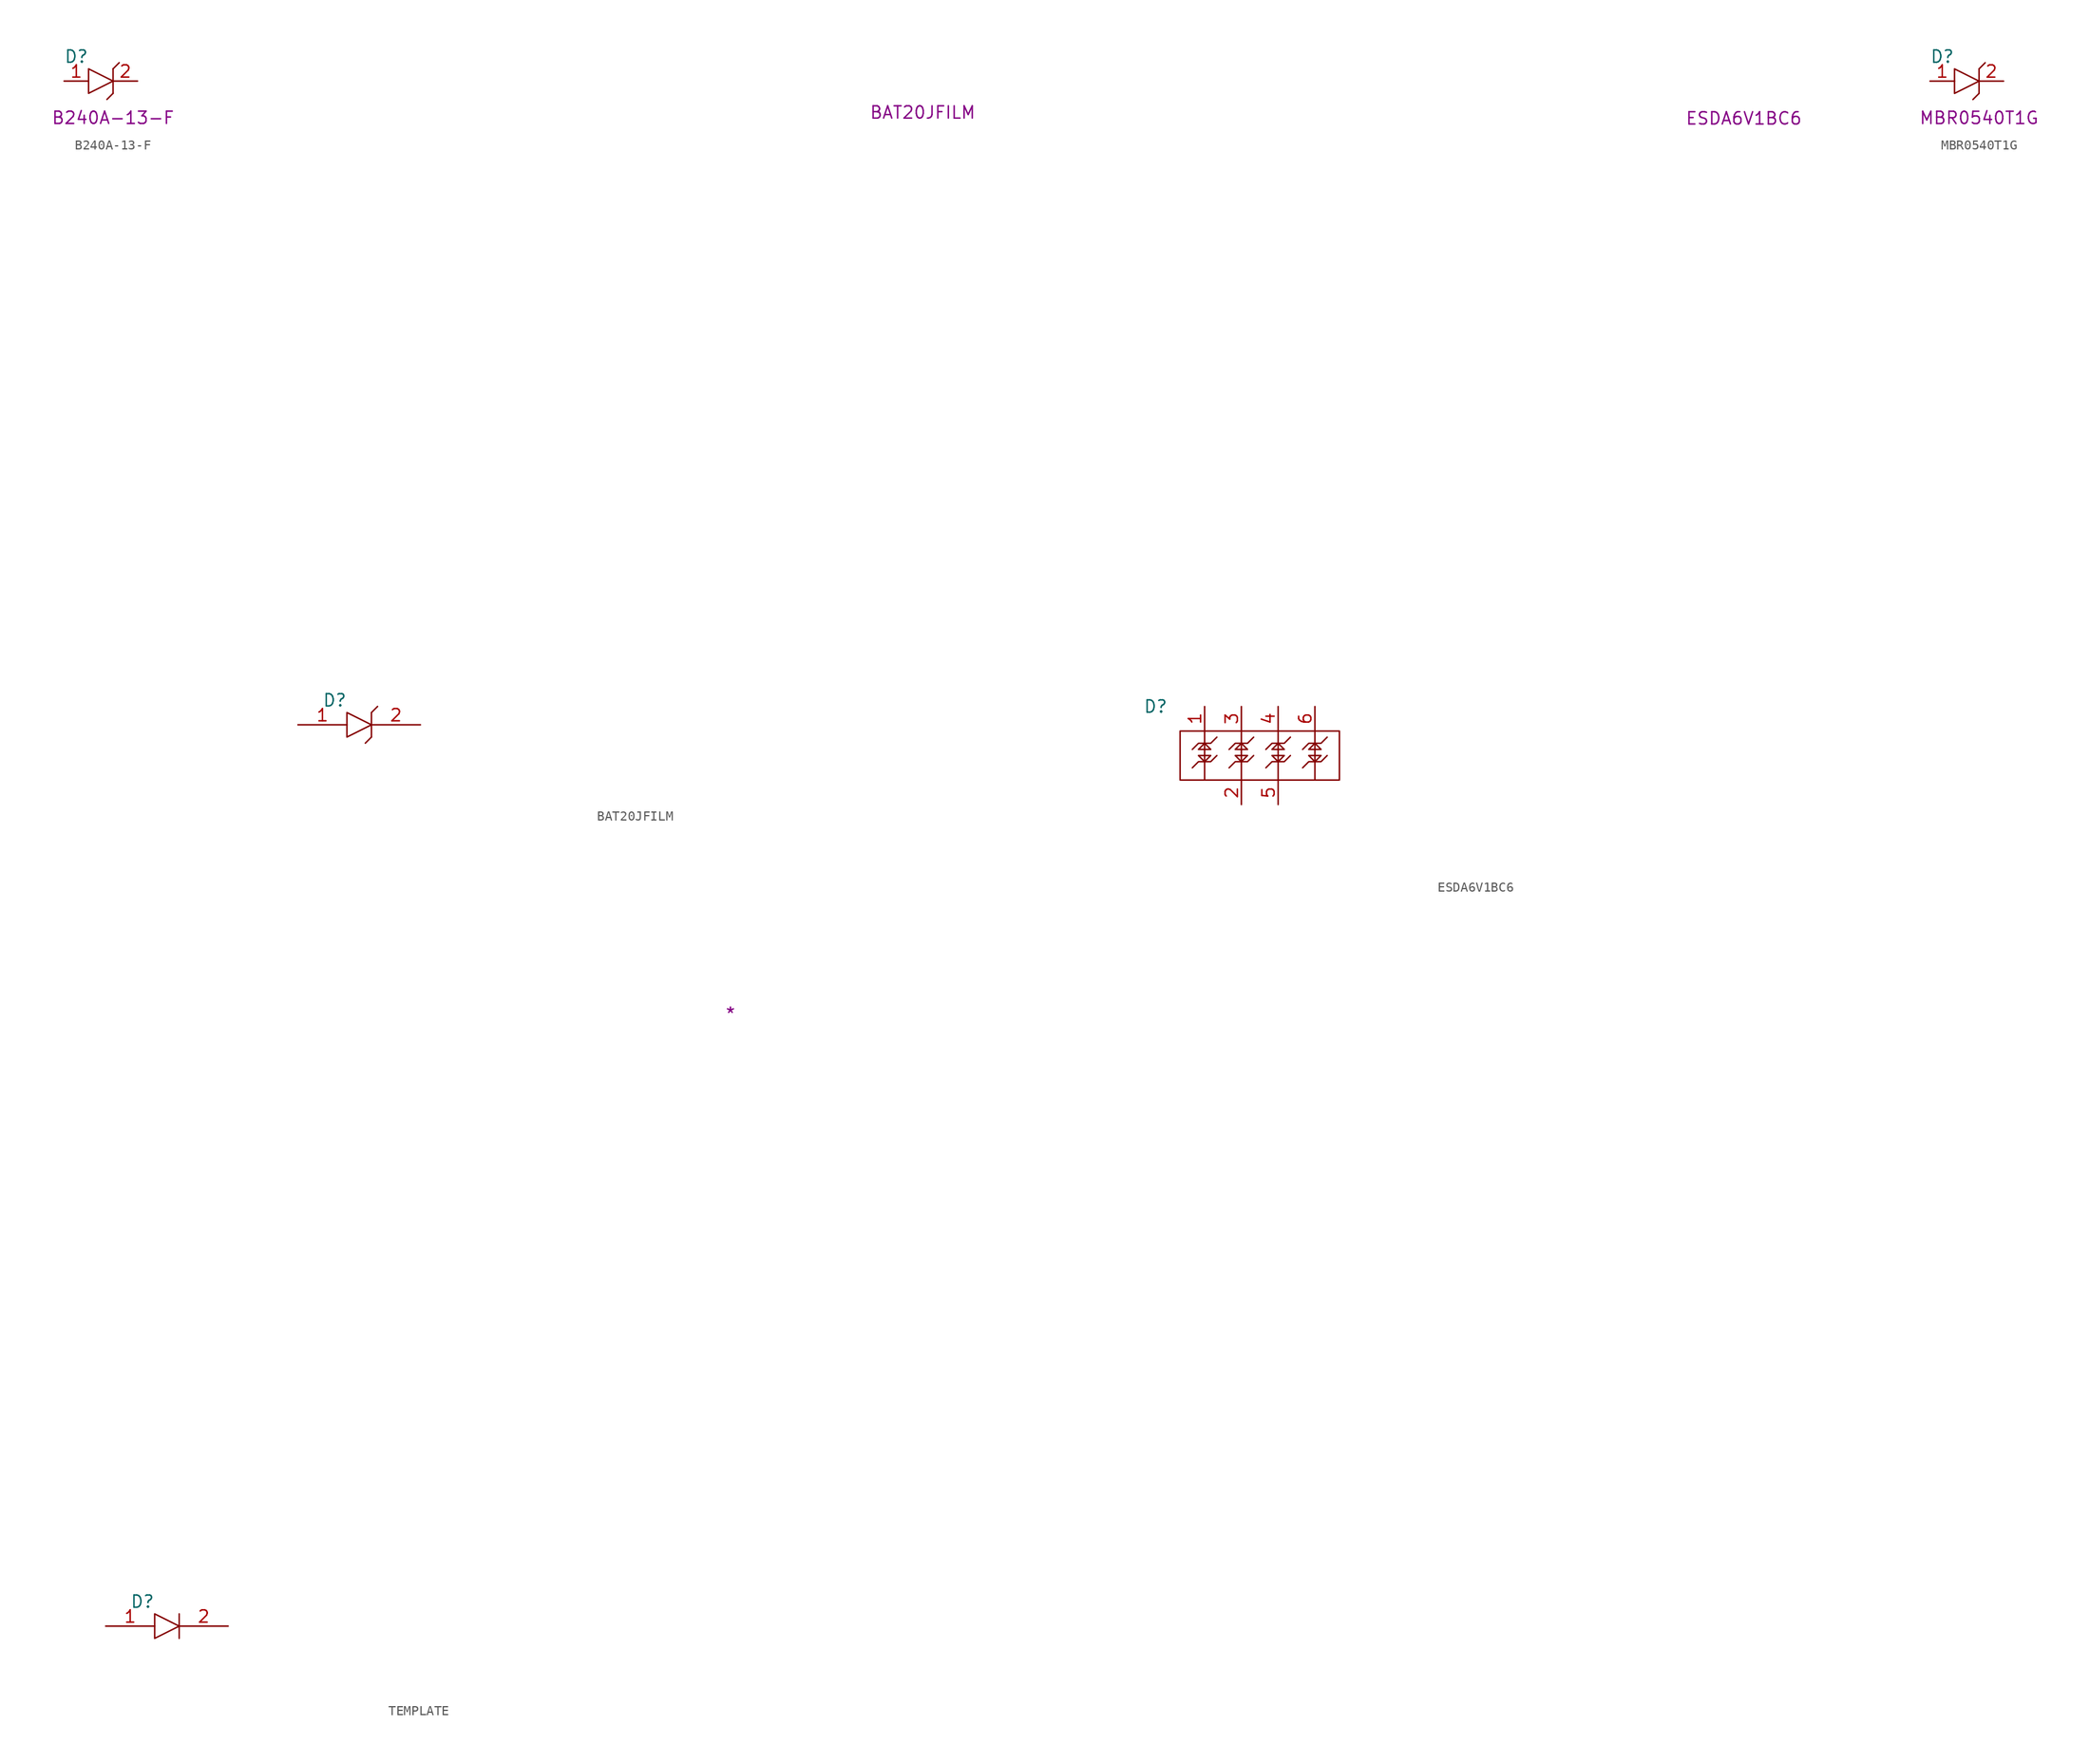
<source format=kicad_sym>
(kicad_symbol_lib
  (version 20211014)
  (generator kicad_symbol_editor)
  (symbol "B240A-13-F"
    (pin_names
      (offset 1.016))
    (property "Reference" "D"
      (at -2.54 2.54 0)
      (effects (font (size 1.27 1.27))))
    (property "_Value_" "B240A-13-F"
      (at 1.27 -3.81 0)
      (effects (font (size 1.27 1.27))))
    (symbol "B240A-13-F_0_1"
      (polyline (pts (xy 1.27 -1.27) (xy 0.635 -1.905)) (stroke (width 0) (type default) (color 0 0 0 0)) (fill (type none)))
      (polyline (pts (xy 1.27 1.27) (xy 1.27 -1.27)) (stroke (width 0) (type default) (color 0 0 0 0)) (fill (type none)))
      (polyline (pts (xy 1.27 1.27) (xy 1.905 1.905)) (stroke (width 0) (type default) (color 0 0 0 0)) (fill (type none)))
      (polyline (pts (xy -1.27 1.27) (xy -1.27 -1.27) (xy 1.27 0) (xy -1.27 1.27)) (stroke (width 0) (type default) (color 0 0 0 0)) (fill (type none))))
    (symbol "B240A-13-F_1_1"
      (pin passive line (at -3.81 0 0) (length 2.54) (name "~" (effects (font (size 1.27 1.27)))) (number "1" (effects (font (size 1.27 1.27)))))
      (pin passive line (at 3.81 0 180) (length 2.54) (name "~" (effects (font (size 1.27 1.27)))) (number "2" (effects (font (size 1.27 1.27)))))))
  (symbol "BAT20JFILM"
    (pin_names
      (offset 1.016))
    (property "Reference" "D"
      (at -2.54 2.54 0)
      (effects (font (size 1.27 1.27))))
    (property "_Value_" "BAT20JFILM"
      (at 58.42 63.5 0)
      (effects (font (size 1.27 1.27))))
    (symbol "BAT20JFILM_0_1"
      (polyline (pts (xy 1.27 -1.27) (xy 0.635 -1.905)) (stroke (width 0) (type default) (color 0 0 0 0)) (fill (type none)))
      (polyline (pts (xy 1.27 1.27) (xy 1.27 -1.27)) (stroke (width 0) (type default) (color 0 0 0 0)) (fill (type none)))
      (polyline (pts (xy 1.27 1.27) (xy 1.905 1.905)) (stroke (width 0) (type default) (color 0 0 0 0)) (fill (type none)))
      (polyline (pts (xy -1.27 1.27) (xy -1.27 -1.27) (xy 1.27 0) (xy -1.27 1.27)) (stroke (width 0) (type default) (color 0 0 0 0)) (fill (type none))))
    (symbol "BAT20JFILM_1_1"
      (pin passive line (at -6.35 0 0) (length 5.08) (name "~" (effects (font (size 1.27 1.27)))) (number "1" (effects (font (size 1.27 1.27)))))
      (pin passive line (at 6.35 0 180) (length 5.08) (name "~" (effects (font (size 1.27 1.27)))) (number "2" (effects (font (size 1.27 1.27)))))))
  (symbol "ESDA6V1BC6"
    (pin_names
      (offset 1.016))
    (property "Reference" "D"
      (at -2.54 2.54 0)
      (effects (font (size 1.27 1.27))))
    (property "_Value_" "ESDA6V1BC6"
      (at 58.42 63.5 0)
      (effects (font (size 1.27 1.27))))
    (symbol "ESDA6V1BC6_1_1"
      (polyline (pts (xy 2.54 -1.27) (xy 2.54 0)) (stroke (width 0) (type default) (color 0 0 0 0)) (fill (type none)))
      (polyline (pts (xy 6.35 -1.27) (xy 6.35 0)) (stroke (width 0) (type default) (color 0 0 0 0)) (fill (type none)))
      (polyline (pts (xy 10.16 -1.27) (xy 10.16 0)) (stroke (width 0) (type default) (color 0 0 0 0)) (fill (type none)))
      (polyline (pts (xy 13.97 -1.27) (xy 13.97 0)) (stroke (width 0) (type default) (color 0 0 0 0)) (fill (type none)))
      (polyline (pts (xy 2.54 -3.175) (xy 1.905 -3.175) (xy 1.27 -3.81)) (stroke (width 0) (type default) (color 0 0 0 0)) (fill (type none)))
      (polyline (pts (xy 2.54 -1.27) (xy 1.905 -1.27) (xy 1.27 -1.905)) (stroke (width 0) (type default) (color 0 0 0 0)) (fill (type none)))
      (polyline (pts (xy 6.35 -3.175) (xy 5.715 -3.175) (xy 5.08 -3.81)) (stroke (width 0) (type default) (color 0 0 0 0)) (fill (type none)))
      (polyline (pts (xy 6.35 -1.27) (xy 5.715 -1.27) (xy 5.08 -1.905)) (stroke (width 0) (type default) (color 0 0 0 0)) (fill (type none)))
      (polyline (pts (xy 10.16 -3.175) (xy 9.525 -3.175) (xy 8.89 -3.81)) (stroke (width 0) (type default) (color 0 0 0 0)) (fill (type none)))
      (polyline (pts (xy 10.16 -1.27) (xy 9.525 -1.27) (xy 8.89 -1.905)) (stroke (width 0) (type default) (color 0 0 0 0)) (fill (type none)))
      (polyline (pts (xy 13.97 -3.175) (xy 13.335 -3.175) (xy 12.7 -3.81)) (stroke (width 0) (type default) (color 0 0 0 0)) (fill (type none)))
      (polyline (pts (xy 13.97 -1.27) (xy 13.335 -1.27) (xy 12.7 -1.905)) (stroke (width 0) (type default) (color 0 0 0 0)) (fill (type none)))
      (polyline (pts (xy 2.54 -3.175) (xy 2.54 -1.27) (xy 3.175 -1.27) (xy 3.81 -0.635)) (stroke (width 0) (type default) (color 0 0 0 0)) (fill (type none)))
      (polyline (pts (xy 2.54 -1.27) (xy 1.905 -1.905) (xy 3.175 -1.905) (xy 2.54 -1.27)) (stroke (width 0) (type default) (color 0 0 0 0)) (fill (type none)))
      (polyline (pts (xy 6.35 -3.175) (xy 6.35 -1.27) (xy 6.985 -1.27) (xy 7.62 -0.635)) (stroke (width 0) (type default) (color 0 0 0 0)) (fill (type none)))
      (polyline (pts (xy 6.35 -1.27) (xy 5.715 -1.905) (xy 6.985 -1.905) (xy 6.35 -1.27)) (stroke (width 0) (type default) (color 0 0 0 0)) (fill (type none)))
      (polyline (pts (xy 10.16 -3.175) (xy 10.16 -1.27) (xy 10.795 -1.27) (xy 11.43 -0.635)) (stroke (width 0) (type default) (color 0 0 0 0)) (fill (type none)))
      (polyline (pts (xy 10.16 -1.27) (xy 9.525 -1.905) (xy 10.795 -1.905) (xy 10.16 -1.27)) (stroke (width 0) (type default) (color 0 0 0 0)) (fill (type none)))
      (polyline (pts (xy 13.97 -3.175) (xy 13.97 -1.27) (xy 14.605 -1.27) (xy 15.24 -0.635)) (stroke (width 0) (type default) (color 0 0 0 0)) (fill (type none)))
      (polyline (pts (xy 13.97 -1.27) (xy 13.335 -1.905) (xy 14.605 -1.905) (xy 13.97 -1.27)) (stroke (width 0) (type default) (color 0 0 0 0)) (fill (type none)))
      (polyline (pts (xy 0 0) (xy 16.51 0) (xy 16.51 -5.08) (xy 0 -5.08) (xy 0 0)) (stroke (width 0) (type default) (color 0 0 0 0)) (fill (type none)))
      (polyline (pts (xy 2.54 -4.445) (xy 2.54 -5.08) (xy 2.54 -3.175) (xy 3.175 -3.175) (xy 3.81 -2.54)) (stroke (width 0) (type default) (color 0 0 0 0)) (fill (type none)))
      (polyline (pts (xy 2.54 -2.54) (xy 3.175 -2.54) (xy 2.54 -3.175) (xy 1.905 -2.54) (xy 2.54 -2.54)) (stroke (width 0) (type default) (color 0 0 0 0)) (fill (type none)))
      (polyline (pts (xy 6.35 -4.445) (xy 6.35 -5.08) (xy 6.35 -3.175) (xy 6.985 -3.175) (xy 7.62 -2.54)) (stroke (width 0) (type default) (color 0 0 0 0)) (fill (type none)))
      (polyline (pts (xy 6.35 -2.54) (xy 6.985 -2.54) (xy 6.35 -3.175) (xy 5.715 -2.54) (xy 6.35 -2.54)) (stroke (width 0) (type default) (color 0 0 0 0)) (fill (type none)))
      (polyline (pts (xy 10.16 -4.445) (xy 10.16 -5.08) (xy 10.16 -3.175) (xy 10.795 -3.175) (xy 11.43 -2.54)) (stroke (width 0) (type default) (color 0 0 0 0)) (fill (type none)))
      (polyline (pts (xy 10.16 -2.54) (xy 10.795 -2.54) (xy 10.16 -3.175) (xy 9.525 -2.54) (xy 10.16 -2.54)) (stroke (width 0) (type default) (color 0 0 0 0)) (fill (type none)))
      (polyline (pts (xy 13.97 -4.445) (xy 13.97 -5.08) (xy 13.97 -3.175) (xy 14.605 -3.175) (xy 15.24 -2.54)) (stroke (width 0) (type default) (color 0 0 0 0)) (fill (type none)))
      (polyline (pts (xy 13.97 -2.54) (xy 14.605 -2.54) (xy 13.97 -3.175) (xy 13.335 -2.54) (xy 13.97 -2.54)) (stroke (width 0) (type default) (color 0 0 0 0)) (fill (type none)))
      (pin bidirectional line (at 2.54 2.54 270) (length 2.489) (name "~" (effects (font (size 1.27 1.27)))) (number "1" (effects (font (size 1.27 1.27)))))
      (pin bidirectional line (at 6.35 -7.62 90) (length 2.489) (name "~" (effects (font (size 1.27 1.27)))) (number "2" (effects (font (size 1.27 1.27)))))
      (pin bidirectional line (at 6.35 2.54 270) (length 2.489) (name "~" (effects (font (size 1.27 1.27)))) (number "3" (effects (font (size 1.27 1.27)))))
      (pin bidirectional line (at 10.16 2.54 270) (length 2.489) (name "~" (effects (font (size 1.27 1.27)))) (number "4" (effects (font (size 1.27 1.27)))))
      (pin bidirectional line (at 10.16 -7.62 90) (length 2.489) (name "~" (effects (font (size 1.27 1.27)))) (number "5" (effects (font (size 1.27 1.27)))))
      (pin bidirectional line (at 13.97 2.54 270) (length 2.489) (name "~" (effects (font (size 1.27 1.27)))) (number "6" (effects (font (size 1.27 1.27)))))))
  (symbol "MBR0540T1G"
    (pin_names
      (offset 1.016))
    (property "Reference" "D"
      (at -2.54 2.54 0)
      (effects (font (size 1.27 1.27))))
    (property "_Value_" "MBR0540T1G"
      (at 1.27 -3.81 0)
      (effects (font (size 1.27 1.27))))
    (symbol "MBR0540T1G_0_1"
      (polyline (pts (xy 1.27 -1.27) (xy 0.635 -1.905)) (stroke (width 0) (type default) (color 0 0 0 0)) (fill (type none)))
      (polyline (pts (xy 1.27 1.27) (xy 1.27 -1.27)) (stroke (width 0) (type default) (color 0 0 0 0)) (fill (type none)))
      (polyline (pts (xy 1.27 1.27) (xy 1.905 1.905)) (stroke (width 0) (type default) (color 0 0 0 0)) (fill (type none)))
      (polyline (pts (xy -1.27 1.27) (xy -1.27 -1.27) (xy 1.27 0) (xy -1.27 1.27)) (stroke (width 0) (type default) (color 0 0 0 0)) (fill (type none))))
    (symbol "MBR0540T1G_1_1"
      (pin passive line (at -3.81 0 0) (length 2.54) (name "~" (effects (font (size 1.27 1.27)))) (number "1" (effects (font (size 1.27 1.27)))))
      (pin passive line (at 3.81 0 180) (length 2.54) (name "~" (effects (font (size 1.27 1.27)))) (number "2" (effects (font (size 1.27 1.27)))))))
  (symbol "TEMPLATE"
    (pin_names
      (offset 1.016))
    (property "Reference" "D"
      (at -2.54 2.54 0)
      (effects (font (size 1.27 1.27))))
    (property "_Value_" "*"
      (at 58.42 63.5 0)
      (effects (font (size 1.27 1.27))))
    (symbol "TEMPLATE_0_1"
      (polyline (pts (xy 1.27 -1.27) (xy 1.27 1.27)) (stroke (width 0) (type default) (color 0 0 0 0)) (fill (type none)))
      (polyline (pts (xy -1.27 1.27) (xy -1.27 -1.27) (xy 1.27 0) (xy -1.27 1.27)) (stroke (width 0) (type default) (color 0 0 0 0)) (fill (type none))))
    (symbol "TEMPLATE_1_1"
      (pin passive line (at -6.35 0 0) (length 5.08) (name "~" (effects (font (size 1.27 1.27)))) (number "1" (effects (font (size 1.27 1.27)))))
      (pin passive line (at 6.35 0 180) (length 5.08) (name "~" (effects (font (size 1.27 1.27)))) (number "2" (effects (font (size 1.27 1.27))))))))
</source>
